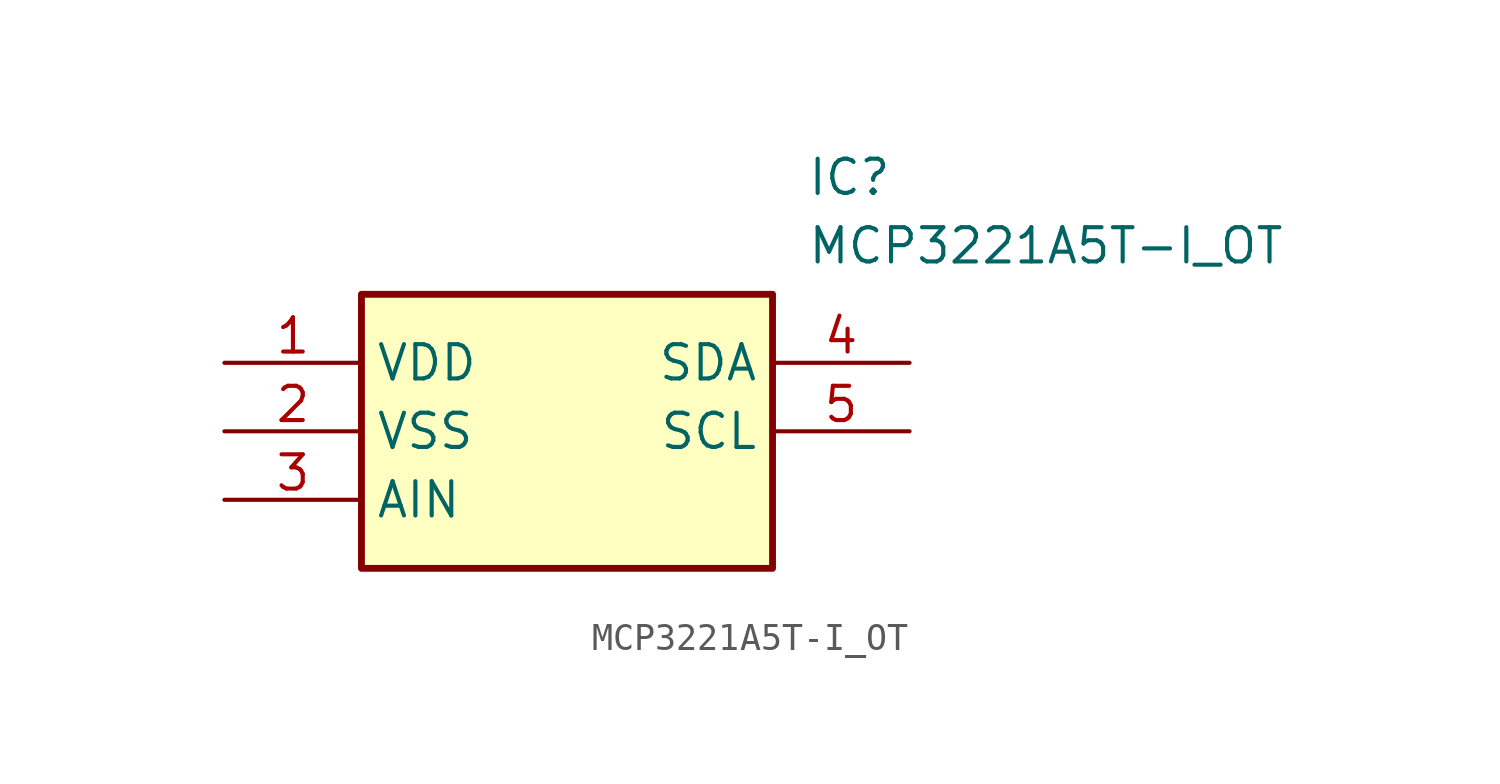
<source format=kicad_sym>
(kicad_symbol_lib
  (version 20211014)
  (generator SamacSys_ECAD_Model)
  (symbol "MCP3221A5T-I_OT"
    (property "Reference" "IC"
      (at 21.59 7.62 0)
      (effects (font (size 1.27 1.27)) (justify left top)))
    (property "Value" "MCP3221A5T-I_OT"
      (at 21.59 5.08 0)
      (effects (font (size 1.27 1.27)) (justify left top)))
    (rectangle
      (start 5.08 2.54)
      (end 20.32 -7.62)
      (stroke (width 0.254) (type default))
      (fill (type background)))
    (pin passive line
      (at 0 0 0)
      (length 5.08)
      (name "VDD" (effects (font (size 1.27 1.27))))
      (number "1" (effects (font (size 1.27 1.27)))))
    (pin passive line
      (at 0 -2.54 0)
      (length 5.08)
      (name "VSS" (effects (font (size 1.27 1.27))))
      (number "2" (effects (font (size 1.27 1.27)))))
    (pin passive line
      (at 0 -5.08 0)
      (length 5.08)
      (name "AIN" (effects (font (size 1.27 1.27))))
      (number "3" (effects (font (size 1.27 1.27)))))
    (pin passive line
      (at 25.4 0 180)
      (length 5.08)
      (name "SDA" (effects (font (size 1.27 1.27))))
      (number "4" (effects (font (size 1.27 1.27)))))
    (pin passive line
      (at 25.4 -2.54 180)
      (length 5.08)
      (name "SCL" (effects (font (size 1.27 1.27))))
      (number "5" (effects (font (size 1.27 1.27)))))))
</source>
